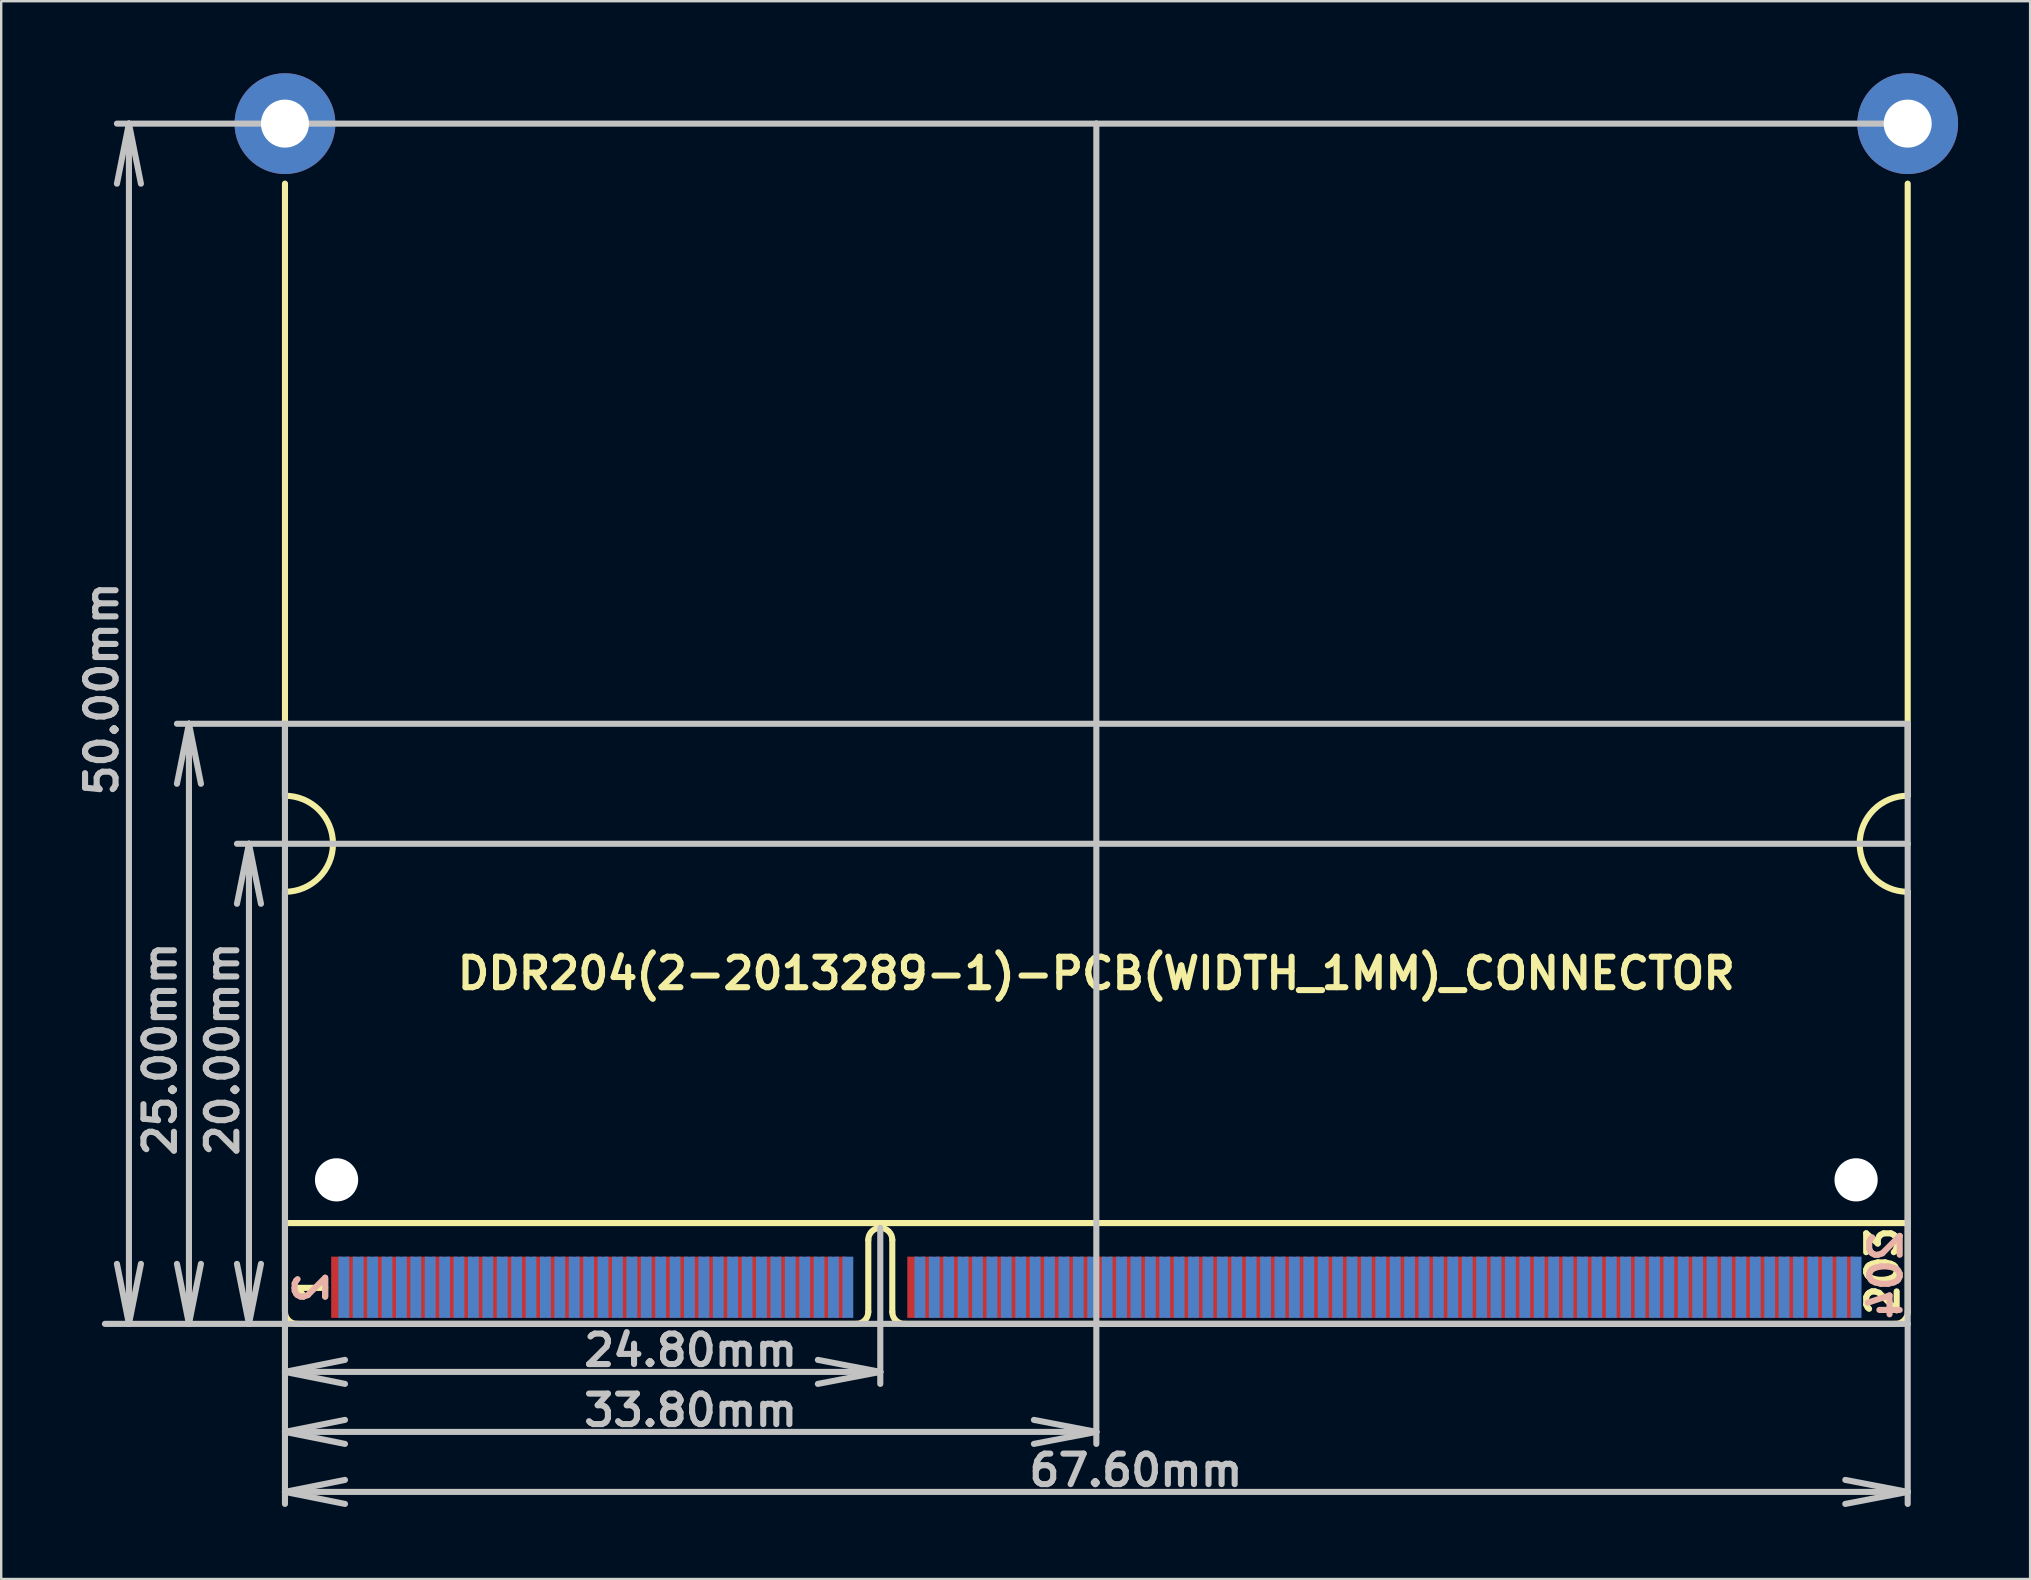
<source format=kicad_pcb>
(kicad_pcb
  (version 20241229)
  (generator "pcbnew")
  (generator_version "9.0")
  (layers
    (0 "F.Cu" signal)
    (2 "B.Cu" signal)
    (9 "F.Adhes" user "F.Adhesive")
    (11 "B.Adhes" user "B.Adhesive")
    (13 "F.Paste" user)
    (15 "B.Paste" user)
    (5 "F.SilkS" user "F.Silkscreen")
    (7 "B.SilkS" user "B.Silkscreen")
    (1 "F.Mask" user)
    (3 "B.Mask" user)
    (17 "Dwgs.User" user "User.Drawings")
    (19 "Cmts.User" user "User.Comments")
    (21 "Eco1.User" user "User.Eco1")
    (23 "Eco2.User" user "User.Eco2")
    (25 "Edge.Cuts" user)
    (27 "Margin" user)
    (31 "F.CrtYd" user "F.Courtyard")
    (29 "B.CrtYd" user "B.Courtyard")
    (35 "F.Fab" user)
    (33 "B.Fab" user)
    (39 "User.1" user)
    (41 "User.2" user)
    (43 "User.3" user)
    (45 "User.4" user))
  (footprint "DDR204(2-2013289-1)-PCB(WIDTH_1MM)_CONNECTOR"
    (layer "F.Cu")
    (at 42.621 52.1)
    (property "Reference" "DDR204(2-2013289-1)-PCB(WIDTH_1MM)_CONNECTOR" (at 0 -14.6 0) (layer "F.SilkS") (effects (font (size 1.27 1.27) (thickness 0.254))))
    (attr smd)
    (fp_line (start -33.8 -22) (end -33.8 -47.5) (stroke (width 0.254) (type solid)) (layer "F.SilkS"))
    (fp_line (start -33.8 -4.2) (end 33.8 -4.2) (stroke (width 0.254) (type solid)) (layer "F.SilkS"))
    (fp_line (start -33.8 -0.5) (end -33.8 -18) (stroke (width 0.254) (type solid)) (layer "F.SilkS"))
    (fp_line (start -10 0) (end -33.3 0) (stroke (width 0.254) (type solid)) (layer "F.SilkS"))
    (fp_line (start -9.5 -3.5) (end -9.5 -0.5) (stroke (width 0.254) (type solid)) (layer "F.SilkS"))
    (fp_line (start -8.5 -3.5) (end -8.5 -0.5) (stroke (width 0.254) (type solid)) (layer "F.SilkS"))
    (fp_line (start -8 0) (end 33.3 0) (stroke (width 0.254) (type solid)) (layer "F.SilkS"))
    (fp_line (start 33.8 -22) (end 33.8 -47.5) (stroke (width 0.254) (type solid)) (layer "F.SilkS"))
    (fp_line (start 33.8 -0.5) (end 33.8 -18) (stroke (width 0.254) (type solid)) (layer "F.SilkS"))
    (fp_arc (start -33.8 -22) (mid -32.385786 -21.414214) (end -31.8 -20) (stroke (width 0.254) (type solid)) (layer "F.SilkS"))
    (fp_arc (start -33.3 0) (mid -33.653553 -0.146447) (end -33.8 -0.5) (stroke (width 0.254) (type solid)) (layer "F.SilkS"))
    (fp_arc (start -31.8 -20) (mid -32.385786 -18.585786) (end -33.8 -18) (stroke (width 0.254) (type solid)) (layer "F.SilkS"))
    (fp_arc (start -9.5 -3.5) (mid -9.353553 -3.853553) (end -9 -4) (stroke (width 0.254) (type solid)) (layer "F.SilkS"))
    (fp_arc (start -9.5 -0.5) (mid -9.646447 -0.146447) (end -10 0) (stroke (width 0.254) (type solid)) (layer "F.SilkS"))
    (fp_arc (start -9 -4) (mid -8.646447 -3.853553) (end -8.5 -3.5) (stroke (width 0.254) (type solid)) (layer "F.SilkS"))
    (fp_arc (start -8 0) (mid -8.353553 -0.146447) (end -8.5 -0.5) (stroke (width 0.254) (type solid)) (layer "F.SilkS"))
    (fp_arc (start 31.8 -20) (mid 32.385786 -21.414214) (end 33.8 -22) (stroke (width 0.254) (type solid)) (layer "F.SilkS"))
    (fp_arc (start 33.8 -18) (mid 32.385786 -18.585786) (end 31.8 -20) (stroke (width 0.254) (type solid)) (layer "F.SilkS"))
    (fp_arc (start 33.8 -0.5) (mid 33.653553 -0.146447) (end 33.3 0) (stroke (width 0.254) (type solid)) (layer "F.SilkS"))
    (fp_line (start -41.3 0) (end -37.8 0) (stroke (width 0.254) (type solid)) (layer "Dwgs.User"))
    (fp_line (start -40.8 -50) (end -33.8 -50) (stroke (width 0.254) (type solid)) (layer "Dwgs.User"))
    (fp_line (start -40.3 -50) (end -40.8 -47.498) (stroke (width 0.254) (type solid)) (layer "Dwgs.User"))
    (fp_line (start -40.3 -50) (end -40.3 0) (stroke (width 0.254) (type solid)) (layer "Dwgs.User"))
    (fp_line (start -40.3 -50) (end -39.8 -47.498) (stroke (width 0.254) (type solid)) (layer "Dwgs.User"))
    (fp_line (start -40.3 0) (end -40.8 -2.5) (stroke (width 0.254) (type solid)) (layer "Dwgs.User"))
    (fp_line (start -40.3 0) (end -39.8 -2.5) (stroke (width 0.254) (type solid)) (layer "Dwgs.User"))
    (fp_line (start -38.3 -25) (end -37.8 -25) (stroke (width 0.254) (type solid)) (layer "Dwgs.User"))
    (fp_line (start -37.8 -25) (end -38.3 -22.499) (stroke (width 0.254) (type solid)) (layer "Dwgs.User"))
    (fp_line (start -37.8 -25) (end -37.8 0) (stroke (width 0.254) (type solid)) (layer "Dwgs.User"))
    (fp_line (start -37.8 -25) (end -37.3 -22.499) (stroke (width 0.254) (type solid)) (layer "Dwgs.User"))
    (fp_line (start -37.8 -25) (end -33.8 -25) (stroke (width 0.254) (type solid)) (layer "Dwgs.User"))
    (fp_line (start -37.8 0) (end -38.3 -2.5) (stroke (width 0.254) (type solid)) (layer "Dwgs.User"))
    (fp_line (start -37.8 0) (end -37.3 -2.5) (stroke (width 0.254) (type solid)) (layer "Dwgs.User"))
    (fp_line (start -37.8 0) (end -35.3 0) (stroke (width 0.254) (type solid)) (layer "Dwgs.User"))
    (fp_line (start -35.3 -20) (end -35.8 -17.5) (stroke (width 0.254) (type solid)) (layer "Dwgs.User"))
    (fp_line (start -35.3 -20) (end -35.3 0) (stroke (width 0.254) (type solid)) (layer "Dwgs.User"))
    (fp_line (start -35.3 -20) (end -34.8 -17.5) (stroke (width 0.254) (type solid)) (layer "Dwgs.User"))
    (fp_line (start -35.3 0) (end -35.8 -2.5) (stroke (width 0.254) (type solid)) (layer "Dwgs.User"))
    (fp_line (start -35.3 0) (end -34.8 -2.5) (stroke (width 0.254) (type solid)) (layer "Dwgs.User"))
    (fp_line (start -35.3 0) (end -33.8 0) (stroke (width 0.254) (type solid)) (layer "Dwgs.User"))
    (fp_line (start -33.8 -50) (end 0 -50) (stroke (width 0.254) (type solid)) (layer "Dwgs.User"))
    (fp_line (start -33.8 -25) (end 0 -25) (stroke (width 0.254) (type solid)) (layer "Dwgs.User"))
    (fp_line (start -33.8 -20) (end -35.8 -20) (stroke (width 0.254) (type solid)) (layer "Dwgs.User"))
    (fp_line (start -33.8 -20) (end -33.8 -25) (stroke (width 0.254) (type solid)) (layer "Dwgs.User"))
    (fp_line (start -33.8 -20) (end -33.8 0) (stroke (width 0.254) (type solid)) (layer "Dwgs.User"))
    (fp_line (start -33.8 0) (end -33.8 4.5) (stroke (width 0.254) (type solid)) (layer "Dwgs.User"))
    (fp_line (start -33.8 2) (end -31.3 1.5) (stroke (width 0.254) (type solid)) (layer "Dwgs.User"))
    (fp_line (start -33.8 2) (end -31.3 2.5) (stroke (width 0.254) (type solid)) (layer "Dwgs.User"))
    (fp_line (start -33.8 4.5) (end -33.8 7) (stroke (width 0.254) (type solid)) (layer "Dwgs.User"))
    (fp_line (start -33.8 4.5) (end -31.3 4) (stroke (width 0.254) (type solid)) (layer "Dwgs.User"))
    (fp_line (start -33.8 4.5) (end -31.3 5) (stroke (width 0.254) (type solid)) (layer "Dwgs.User"))
    (fp_line (start -33.8 7) (end -33.8 7.5) (stroke (width 0.254) (type solid)) (layer "Dwgs.User"))
    (fp_line (start -33.8 7) (end -31.3 6.5) (stroke (width 0.254) (type solid)) (layer "Dwgs.User"))
    (fp_line (start -33.8 7) (end -31.3 7.5) (stroke (width 0.254) (type solid)) (layer "Dwgs.User"))
    (fp_line (start -9 0) (end -33.8 0) (stroke (width 0.254) (type solid)) (layer "Dwgs.User"))
    (fp_line (start -9 0) (end -9 -4) (stroke (width 0.254) (type solid)) (layer "Dwgs.User"))
    (fp_line (start -9 0) (end -9 2) (stroke (width 0.254) (type solid)) (layer "Dwgs.User"))
    (fp_line (start -9 2) (end -33.8 2) (stroke (width 0.254) (type solid)) (layer "Dwgs.User"))
    (fp_line (start -9 2) (end -11.6 1.5) (stroke (width 0.254) (type solid)) (layer "Dwgs.User"))
    (fp_line (start -9 2) (end -11.6 2.5) (stroke (width 0.254) (type solid)) (layer "Dwgs.User"))
    (fp_line (start -9 2) (end -9 2.5) (stroke (width 0.254) (type solid)) (layer "Dwgs.User"))
    (fp_line (start 0 -50) (end 33.8 -50) (stroke (width 0.254) (type solid)) (layer "Dwgs.User"))
    (fp_line (start 0 -25) (end 0 -50) (stroke (width 0.254) (type solid)) (layer "Dwgs.User"))
    (fp_line (start 0 -25) (end 33.8 -25) (stroke (width 0.254) (type solid)) (layer "Dwgs.User"))
    (fp_line (start 0 -20) (end -33.8 -20) (stroke (width 0.254) (type solid)) (layer "Dwgs.User"))
    (fp_line (start 0 -20) (end 0 -25) (stroke (width 0.254) (type solid)) (layer "Dwgs.User"))
    (fp_line (start 0 -20) (end 0 0) (stroke (width 0.254) (type solid)) (layer "Dwgs.User"))
    (fp_line (start 0 0) (end -9 0) (stroke (width 0.254) (type solid)) (layer "Dwgs.User"))
    (fp_line (start 0 0) (end 0 4.5) (stroke (width 0.254) (type solid)) (layer "Dwgs.User"))
    (fp_line (start 0 4.5) (end -33.8 4.5) (stroke (width 0.254) (type solid)) (layer "Dwgs.User"))
    (fp_line (start 0 4.5) (end -2.6 4) (stroke (width 0.254) (type solid)) (layer "Dwgs.User"))
    (fp_line (start 0 4.5) (end -2.6 5) (stroke (width 0.254) (type solid)) (layer "Dwgs.User"))
    (fp_line (start 0 4.5) (end 0 5) (stroke (width 0.254) (type solid)) (layer "Dwgs.User"))
    (fp_line (start 33.8 -20) (end 0 -20) (stroke (width 0.254) (type solid)) (layer "Dwgs.User"))
    (fp_line (start 33.8 -20) (end 33.8 -25) (stroke (width 0.254) (type solid)) (layer "Dwgs.User"))
    (fp_line (start 33.8 -20) (end 33.8 0) (stroke (width 0.254) (type solid)) (layer "Dwgs.User"))
    (fp_line (start 33.8 0) (end 0 0) (stroke (width 0.254) (type solid)) (layer "Dwgs.User"))
    (fp_line (start 33.8 0) (end 33.8 7) (stroke (width 0.254) (type solid)) (layer "Dwgs.User"))
    (fp_line (start 33.8 7) (end -33.8 7) (stroke (width 0.254) (type solid)) (layer "Dwgs.User"))
    (fp_line (start 33.8 7) (end 31.2 6.5) (stroke (width 0.254) (type solid)) (layer "Dwgs.User"))
    (fp_line (start 33.8 7) (end 31.2 7.5) (stroke (width 0.254) (type solid)) (layer "Dwgs.User"))
    (fp_line (start 33.8 7) (end 33.8 7.5) (stroke (width 0.254) (type solid)) (layer "Dwgs.User"))
    (fp_line (start -33.8 -22) (end -33.8 -50) (stroke (width 0.001) (type solid)) (layer "Edge.Cuts"))
    (fp_line (start -33.8 -0.5) (end -33.8 -18) (stroke (width 0.001) (type solid)) (layer "Edge.Cuts"))
    (fp_line (start -10 0) (end -33.3 0) (stroke (width 0.001) (type solid)) (layer "Edge.Cuts"))
    (fp_line (start -9.5 -3.5) (end -9.5 -0.5) (stroke (width 0.001) (type solid)) (layer "Edge.Cuts"))
    (fp_line (start -8.5 -3.5) (end -8.5 -0.5) (stroke (width 0.001) (type solid)) (layer "Edge.Cuts"))
    (fp_line (start -8 0) (end 33.3 0) (stroke (width 0.001) (type solid)) (layer "Edge.Cuts"))
    (fp_line (start 33.8 -22) (end 33.8 -50) (stroke (width 0.001) (type solid)) (layer "Edge.Cuts"))
    (fp_line (start 33.8 -0.5) (end 33.8 -18) (stroke (width 0.001) (type solid)) (layer "Edge.Cuts"))
    (fp_arc (start -33.8 -22) (mid -32.385786 -21.414214) (end -31.8 -20) (stroke (width 0.001) (type solid)) (layer "Edge.Cuts"))
    (fp_arc (start -33.3 0) (mid -33.653553 -0.146447) (end -33.8 -0.5) (stroke (width 0.001) (type solid)) (layer "Edge.Cuts"))
    (fp_arc (start -31.8 -20) (mid -32.385786 -18.585786) (end -33.8 -18) (stroke (width 0.001) (type solid)) (layer "Edge.Cuts"))
    (fp_arc (start -9.5 -3.5) (mid -9.353553 -3.853553) (end -9 -4) (stroke (width 0.001) (type solid)) (layer "Edge.Cuts"))
    (fp_arc (start -9.5 -0.5) (mid -9.646447 -0.146447) (end -10 0) (stroke (width 0.001) (type solid)) (layer "Edge.Cuts"))
    (fp_arc (start -9 -4) (mid -8.646447 -3.853553) (end -8.5 -3.5) (stroke (width 0.001) (type solid)) (layer "Edge.Cuts"))
    (fp_arc (start -8 0) (mid -8.353553 -0.146447) (end -8.5 -0.5) (stroke (width 0.001) (type solid)) (layer "Edge.Cuts"))
    (fp_arc (start 31.8 -20) (mid 32.385786 -21.414214) (end 33.8 -22) (stroke (width 0.001) (type solid)) (layer "Edge.Cuts"))
    (fp_arc (start 33.8 -18) (mid 32.385786 -18.585786) (end 31.8 -20) (stroke (width 0.001) (type solid)) (layer "Edge.Cuts"))
    (fp_arc (start 33.8 -0.5) (mid 33.653553 -0.146447) (end 33.3 0) (stroke (width 0.001) (type solid)) (layer "Edge.Cuts"))
    (fp_line (start -33.8 -25) (end -30.8 -25) (stroke (width 0.254) (type solid)) (layer "Margin"))
    (fp_line (start -30.8 -25) (end -30.8 -4) (stroke (width 0.254) (type solid)) (layer "Margin"))
    (fp_line (start -30.8 -4) (end 30.8 -4) (stroke (width 0.254) (type solid)) (layer "Margin"))
    (fp_line (start 30.8 -25) (end 33.8 -25) (stroke (width 0.254) (type solid)) (layer "Margin"))
    (fp_line (start 30.8 -4) (end 30.8 -25) (stroke (width 0.254) (type solid)) (layer "Margin"))
    (fp_text user "203" (at 32.766 -2.2 90) (layer "F.SilkS") (effects (font (size 1.27 1.27) (thickness 0.254))))
    (fp_text user "1" (at -32.7 -1.5 90) (layer "F.SilkS") (effects (font (size 1.27 1.27) (thickness 0.254))))
    (fp_text user "204" (at 32.893 -2.032 270) (layer "B.SilkS") (effects (font (size 1.27 1.27) (thickness 0.254)) (justify mirror)))
    (fp_text user "2" (at -32.7 -1.5 270) (layer "B.SilkS") (effects (font (size 1.27 1.27) (thickness 0.254)) (justify mirror)))
    (fp_text user "67.60mm" (at 1.65 6.1 0) (layer "Dwgs.User") (effects (font (size 1.27 1.27) (thickness 0.254))))
    (fp_text user "50.00mm" (at -41.432 -26.45 90) (layer "Dwgs.User") (effects (font (size 1.27 1.27) (thickness 0.254))))
    (fp_text user "25.00mm" (at -39 -11.45 90) (layer "Dwgs.User") (effects (font (size 1.27 1.27) (thickness 0.254))))
    (fp_text user "20.00mm" (at -36.4 -11.45 90) (layer "Dwgs.User") (effects (font (size 1.27 1.27) (thickness 0.254))))
    (fp_text user "33.80mm" (at -16.9 3.6 0) (layer "Dwgs.User") (effects (font (size 1.27 1.27) (thickness 0.254))))
    (fp_text user "24.80mm" (at -16.9 1.1 0) (layer "Dwgs.User") (effects (font (size 1.27 1.27) (thickness 0.254))))
    (pad "" np_thru_hole circle (at -31.65 -6) (size 1.8 1.8) (drill 1.8) (layers "*.Cu" "*.Mask"))
    (pad "" np_thru_hole circle (at 31.65 -6) (size 1.8 1.8) (drill 1.8) (layers "*.Cu" "*.Mask"))
    (pad "1" smd rect (at -31.65 -1.525) (size 0.45 2.55) (layers "F.Cu" "F.Mask"))
    (pad "2" smd rect (at -31.35 -1.525) (size 0.45 2.55) (layers "B.Cu" "B.Mask"))
    (pad "3" smd rect (at -31.05 -1.525) (size 0.45 2.55) (layers "F.Cu" "F.Mask"))
    (pad "4" smd rect (at -30.75 -1.525) (size 0.45 2.55) (layers "B.Cu" "B.Mask"))
    (pad "5" smd rect (at -30.45 -1.525) (size 0.45 2.55) (layers "F.Cu" "F.Mask"))
    (pad "6" smd rect (at -30.15 -1.525) (size 0.45 2.55) (layers "B.Cu" "B.Mask"))
    (pad "7" smd rect (at -29.85 -1.525) (size 0.45 2.55) (layers "F.Cu" "F.Mask"))
    (pad "8" smd rect (at -29.55 -1.525) (size 0.45 2.55) (layers "B.Cu" "B.Mask"))
    (pad "9" smd rect (at -29.25 -1.525) (size 0.45 2.55) (layers "F.Cu" "F.Mask"))
    (pad "10" smd rect (at -28.95 -1.525) (size 0.45 2.55) (layers "B.Cu" "B.Mask"))
    (pad "11" smd rect (at -28.65 -1.525) (size 0.45 2.55) (layers "F.Cu" "F.Mask"))
    (pad "12" smd rect (at -28.35 -1.525) (size 0.45 2.55) (layers "B.Cu" "B.Mask"))
    (pad "13" smd rect (at -28.05 -1.525) (size 0.45 2.55) (layers "F.Cu" "F.Mask"))
    (pad "14" smd rect (at -27.75 -1.525) (size 0.45 2.55) (layers "B.Cu" "B.Mask"))
    (pad "15" smd rect (at -27.45 -1.525) (size 0.45 2.55) (layers "F.Cu" "F.Mask"))
    (pad "16" smd rect (at -27.15 -1.525) (size 0.45 2.55) (layers "B.Cu" "B.Mask"))
    (pad "17" smd rect (at -26.85 -1.525) (size 0.45 2.55) (layers "F.Cu" "F.Mask"))
    (pad "18" smd rect (at -26.55 -1.525) (size 0.45 2.55) (layers "B.Cu" "B.Mask"))
    (pad "19" smd rect (at -26.25 -1.525) (size 0.45 2.55) (layers "F.Cu" "F.Mask"))
    (pad "20" smd rect (at -25.95 -1.525) (size 0.45 2.55) (layers "B.Cu" "B.Mask"))
    (pad "21" smd rect (at -25.65 -1.525) (size 0.45 2.55) (layers "F.Cu" "F.Mask"))
    (pad "22" smd rect (at -25.35 -1.525) (size 0.45 2.55) (layers "B.Cu" "B.Mask"))
    (pad "23" smd rect (at -25.05 -1.525) (size 0.45 2.55) (layers "F.Cu" "F.Mask"))
    (pad "24" smd rect (at -24.75 -1.525) (size 0.45 2.55) (layers "B.Cu" "B.Mask"))
    (pad "25" smd rect (at -24.45 -1.525) (size 0.45 2.55) (layers "F.Cu" "F.Mask"))
    (pad "26" smd rect (at -24.15 -1.525) (size 0.45 2.55) (layers "B.Cu" "B.Mask"))
    (pad "27" smd rect (at -23.85 -1.525) (size 0.45 2.55) (layers "F.Cu" "F.Mask"))
    (pad "28" smd rect (at -23.55 -1.525) (size 0.45 2.55) (layers "B.Cu" "B.Mask"))
    (pad "29" smd rect (at -23.25 -1.525) (size 0.45 2.55) (layers "F.Cu" "F.Mask"))
    (pad "30" smd rect (at -22.95 -1.525) (size 0.45 2.55) (layers "B.Cu" "B.Mask"))
    (pad "31" smd rect (at -22.65 -1.525) (size 0.45 2.55) (layers "F.Cu" "F.Mask"))
    (pad "32" smd rect (at -22.35 -1.525) (size 0.45 2.55) (layers "B.Cu" "B.Mask"))
    (pad "33" smd rect (at -22.05 -1.525) (size 0.45 2.55) (layers "F.Cu" "F.Mask"))
    (pad "34" smd rect (at -21.75 -1.525) (size 0.45 2.55) (layers "B.Cu" "B.Mask"))
    (pad "35" smd rect (at -21.45 -1.525) (size 0.45 2.55) (layers "F.Cu" "F.Mask"))
    (pad "36" smd rect (at -21.15 -1.525) (size 0.45 2.55) (layers "B.Cu" "B.Mask"))
    (pad "37" smd rect (at -20.85 -1.525) (size 0.45 2.55) (layers "F.Cu" "F.Mask"))
    (pad "38" smd rect (at -20.55 -1.525) (size 0.45 2.55) (layers "B.Cu" "B.Mask"))
    (pad "39" smd rect (at -20.25 -1.525) (size 0.45 2.55) (layers "F.Cu" "F.Mask"))
    (pad "40" smd rect (at -19.95 -1.525) (size 0.45 2.55) (layers "B.Cu" "B.Mask"))
    (pad "41" smd rect (at -19.65 -1.525) (size 0.45 2.55) (layers "F.Cu" "F.Mask"))
    (pad "42" smd rect (at -19.35 -1.525) (size 0.45 2.55) (layers "B.Cu" "B.Mask"))
    (pad "43" smd rect (at -19.05 -1.525) (size 0.45 2.55) (layers "F.Cu" "F.Mask"))
    (pad "44" smd rect (at -18.75 -1.525) (size 0.45 2.55) (layers "B.Cu" "B.Mask"))
    (pad "45" smd rect (at -18.45 -1.525) (size 0.45 2.55) (layers "F.Cu" "F.Mask"))
    (pad "46" smd rect (at -18.15 -1.525) (size 0.45 2.55) (layers "B.Cu" "B.Mask"))
    (pad "47" smd rect (at -17.85 -1.525) (size 0.45 2.55) (layers "F.Cu" "F.Mask"))
    (pad "48" smd rect (at -17.55 -1.525) (size 0.45 2.55) (layers "B.Cu" "B.Mask"))
    (pad "49" smd rect (at -17.25 -1.525) (size 0.45 2.55) (layers "F.Cu" "F.Mask"))
    (pad "50" smd rect (at -16.95 -1.525) (size 0.45 2.55) (layers "B.Cu" "B.Mask"))
    (pad "51" smd rect (at -16.65 -1.525) (size 0.45 2.55) (layers "F.Cu" "F.Mask"))
    (pad "52" smd rect (at -16.35 -1.525) (size 0.45 2.55) (layers "B.Cu" "B.Mask"))
    (pad "53" smd rect (at -16.05 -1.525) (size 0.45 2.55) (layers "F.Cu" "F.Mask"))
    (pad "54" smd rect (at -15.75 -1.525) (size 0.45 2.55) (layers "B.Cu" "B.Mask"))
    (pad "55" smd rect (at -15.45 -1.525) (size 0.45 2.55) (layers "F.Cu" "F.Mask"))
    (pad "56" smd rect (at -15.15 -1.525) (size 0.45 2.55) (layers "B.Cu" "B.Mask"))
    (pad "57" smd rect (at -14.85 -1.525) (size 0.45 2.55) (layers "F.Cu" "F.Mask"))
    (pad "58" smd rect (at -14.55 -1.525) (size 0.45 2.55) (layers "B.Cu" "B.Mask"))
    (pad "59" smd rect (at -14.25 -1.525) (size 0.45 2.55) (layers "F.Cu" "F.Mask"))
    (pad "60" smd rect (at -13.95 -1.525) (size 0.45 2.55) (layers "B.Cu" "B.Mask"))
    (pad "61" smd rect (at -13.65 -1.525) (size 0.45 2.55) (layers "F.Cu" "F.Mask"))
    (pad "62" smd rect (at -13.35 -1.525) (size 0.45 2.55) (layers "B.Cu" "B.Mask"))
    (pad "63" smd rect (at -13.05 -1.525) (size 0.45 2.55) (layers "F.Cu" "F.Mask"))
    (pad "64" smd rect (at -12.75 -1.525) (size 0.45 2.55) (layers "B.Cu" "B.Mask"))
    (pad "65" smd rect (at -12.45 -1.525) (size 0.45 2.55) (layers "F.Cu" "F.Mask"))
    (pad "66" smd rect (at -12.15 -1.525) (size 0.45 2.55) (layers "B.Cu" "B.Mask"))
    (pad "67" smd rect (at -11.85 -1.525) (size 0.45 2.55) (layers "F.Cu" "F.Mask"))
    (pad "68" smd rect (at -11.55 -1.525) (size 0.45 2.55) (layers "B.Cu" "B.Mask"))
    (pad "69" smd rect (at -11.25 -1.525) (size 0.45 2.55) (layers "F.Cu" "F.Mask"))
    (pad "70" smd rect (at -10.95 -1.525) (size 0.45 2.55) (layers "B.Cu" "B.Mask"))
    (pad "71" smd rect (at -10.65 -1.525) (size 0.45 2.55) (layers "F.Cu" "F.Mask"))
    (pad "72" smd rect (at -10.35 -1.525) (size 0.45 2.55) (layers "B.Cu" "B.Mask"))
    (pad "73" smd rect (at -7.65 -1.525) (size 0.45 2.55) (layers "F.Cu" "F.Mask"))
    (pad "74" smd rect (at -7.35 -1.525) (size 0.45 2.55) (layers "B.Cu" "B.Mask"))
    (pad "75" smd rect (at -7.05 -1.525) (size 0.45 2.55) (layers "F.Cu" "F.Mask"))
    (pad "76" smd rect (at -6.75 -1.525) (size 0.45 2.55) (layers "B.Cu" "B.Mask"))
    (pad "77" smd rect (at -6.45 -1.525) (size 0.45 2.55) (layers "F.Cu" "F.Mask"))
    (pad "78" smd rect (at -6.15 -1.525) (size 0.45 2.55) (layers "B.Cu" "B.Mask"))
    (pad "79" smd rect (at -5.85 -1.525) (size 0.45 2.55) (layers "F.Cu" "F.Mask"))
    (pad "80" smd rect (at -5.55 -1.525) (size 0.45 2.55) (layers "B.Cu" "B.Mask"))
    (pad "81" smd rect (at -5.25 -1.525) (size 0.45 2.55) (layers "F.Cu" "F.Mask"))
    (pad "82" smd rect (at -4.95 -1.525) (size 0.45 2.55) (layers "B.Cu" "B.Mask"))
    (pad "83" smd rect (at -4.65 -1.525) (size 0.45 2.55) (layers "F.Cu" "F.Mask"))
    (pad "84" smd rect (at -4.35 -1.525) (size 0.45 2.55) (layers "B.Cu" "B.Mask"))
    (pad "85" smd rect (at -4.05 -1.525) (size 0.45 2.55) (layers "F.Cu" "F.Mask"))
    (pad "86" smd rect (at -3.75 -1.525) (size 0.45 2.55) (layers "B.Cu" "B.Mask"))
    (pad "87" smd rect (at -3.45 -1.525) (size 0.45 2.55) (layers "F.Cu" "F.Mask"))
    (pad "88" smd rect (at -3.15 -1.525) (size 0.45 2.55) (layers "B.Cu" "B.Mask"))
    (pad "89" smd rect (at -2.85 -1.525) (size 0.45 2.55) (layers "F.Cu" "F.Mask"))
    (pad "90" smd rect (at -2.55 -1.525) (size 0.45 2.55) (layers "B.Cu" "B.Mask"))
    (pad "91" smd rect (at -2.25 -1.525) (size 0.45 2.55) (layers "F.Cu" "F.Mask"))
    (pad "92" smd rect (at -1.95 -1.525) (size 0.45 2.55) (layers "B.Cu" "B.Mask"))
    (pad "93" smd rect (at -1.65 -1.525) (size 0.45 2.55) (layers "F.Cu" "F.Mask"))
    (pad "94" smd rect (at -1.35 -1.525) (size 0.45 2.55) (layers "B.Cu" "B.Mask"))
    (pad "95" smd rect (at -1.05 -1.525) (size 0.45 2.55) (layers "F.Cu" "F.Mask"))
    (pad "96" smd rect (at -0.75 -1.525) (size 0.45 2.55) (layers "B.Cu" "B.Mask"))
    (pad "97" smd rect (at -0.45 -1.525) (size 0.45 2.55) (layers "F.Cu" "F.Mask"))
    (pad "98" smd rect (at -0.15 -1.525) (size 0.45 2.55) (layers "B.Cu" "B.Mask"))
    (pad "99" smd rect (at 0.15 -1.525) (size 0.45 2.55) (layers "F.Cu" "F.Mask"))
    (pad "100" smd rect (at 0.45 -1.525) (size 0.45 2.55) (layers "B.Cu" "B.Mask"))
    (pad "101" smd rect (at 0.75 -1.525) (size 0.45 2.55) (layers "F.Cu" "F.Mask"))
    (pad "102" smd rect (at 1.05 -1.525) (size 0.45 2.55) (layers "B.Cu" "B.Mask"))
    (pad "103" smd rect (at 1.35 -1.525) (size 0.45 2.55) (layers "F.Cu" "F.Mask"))
    (pad "104" smd rect (at 1.65 -1.525) (size 0.45 2.55) (layers "B.Cu" "B.Mask"))
    (pad "105" smd rect (at 1.95 -1.525) (size 0.45 2.55) (layers "F.Cu" "F.Mask"))
    (pad "106" smd rect (at 2.25 -1.525) (size 0.45 2.55) (layers "B.Cu" "B.Mask"))
    (pad "107" smd rect (at 2.55 -1.525) (size 0.45 2.55) (layers "F.Cu" "F.Mask"))
    (pad "108" smd rect (at 2.85 -1.525) (size 0.45 2.55) (layers "B.Cu" "B.Mask"))
    (pad "109" smd rect (at 3.15 -1.525) (size 0.45 2.55) (layers "F.Cu" "F.Mask"))
    (pad "110" smd rect (at 3.45 -1.525) (size 0.45 2.55) (layers "B.Cu" "B.Mask"))
    (pad "111" smd rect (at 3.75 -1.525) (size 0.45 2.55) (layers "F.Cu" "F.Mask"))
    (pad "112" smd rect (at 4.05 -1.525) (size 0.45 2.55) (layers "B.Cu" "B.Mask"))
    (pad "113" smd rect (at 4.35 -1.525) (size 0.45 2.55) (layers "F.Cu" "F.Mask"))
    (pad "114" smd rect (at 4.65 -1.525) (size 0.45 2.55) (layers "B.Cu" "B.Mask"))
    (pad "115" smd rect (at 4.95 -1.525) (size 0.45 2.55) (layers "F.Cu" "F.Mask"))
    (pad "116" smd rect (at 5.25 -1.525) (size 0.45 2.55) (layers "B.Cu" "B.Mask"))
    (pad "117" smd rect (at 5.55 -1.525) (size 0.45 2.55) (layers "F.Cu" "F.Mask"))
    (pad "118" smd rect (at 5.85 -1.525) (size 0.45 2.55) (layers "B.Cu" "B.Mask"))
    (pad "119" smd rect (at 6.15 -1.525) (size 0.45 2.55) (layers "F.Cu" "F.Mask"))
    (pad "120" smd rect (at 6.45 -1.525) (size 0.45 2.55) (layers "B.Cu" "B.Mask"))
    (pad "121" smd rect (at 6.75 -1.525) (size 0.45 2.55) (layers "F.Cu" "F.Mask"))
    (pad "122" smd rect (at 7.05 -1.525) (size 0.45 2.55) (layers "B.Cu" "B.Mask"))
    (pad "123" smd rect (at 7.35 -1.525) (size 0.45 2.55) (layers "F.Cu" "F.Mask"))
    (pad "124" smd rect (at 7.65 -1.525) (size 0.45 2.55) (layers "B.Cu" "B.Mask"))
    (pad "125" smd rect (at 7.95 -1.525) (size 0.45 2.55) (layers "F.Cu" "F.Mask"))
    (pad "126" smd rect (at 8.25 -1.525) (size 0.45 2.55) (layers "B.Cu" "B.Mask"))
    (pad "127" smd rect (at 8.55 -1.525) (size 0.45 2.55) (layers "F.Cu" "F.Mask"))
    (pad "128" smd rect (at 8.85 -1.525) (size 0.45 2.55) (layers "B.Cu" "B.Mask"))
    (pad "129" smd rect (at 9.15 -1.525) (size 0.45 2.55) (layers "F.Cu" "F.Mask"))
    (pad "130" smd rect (at 9.45 -1.525) (size 0.45 2.55) (layers "B.Cu" "B.Mask"))
    (pad "131" smd rect (at 9.75 -1.525) (size 0.45 2.55) (layers "F.Cu" "F.Mask"))
    (pad "132" smd rect (at 10.05 -1.525) (size 0.45 2.55) (layers "B.Cu" "B.Mask"))
    (pad "133" smd rect (at 10.35 -1.525) (size 0.45 2.55) (layers "F.Cu" "F.Mask"))
    (pad "134" smd rect (at 10.65 -1.525) (size 0.45 2.55) (layers "B.Cu" "B.Mask"))
    (pad "135" smd rect (at 10.95 -1.525) (size 0.45 2.55) (layers "F.Cu" "F.Mask"))
    (pad "136" smd rect (at 11.25 -1.525) (size 0.45 2.55) (layers "B.Cu" "B.Mask"))
    (pad "137" smd rect (at 11.55 -1.525) (size 0.45 2.55) (layers "F.Cu" "F.Mask"))
    (pad "138" smd rect (at 11.85 -1.525) (size 0.45 2.55) (layers "B.Cu" "B.Mask"))
    (pad "139" smd rect (at 12.15 -1.525) (size 0.45 2.55) (layers "F.Cu" "F.Mask"))
    (pad "140" smd rect (at 12.45 -1.525) (size 0.45 2.55) (layers "B.Cu" "B.Mask"))
    (pad "141" smd rect (at 12.75 -1.525) (size 0.45 2.55) (layers "F.Cu" "F.Mask"))
    (pad "142" smd rect (at 13.05 -1.525) (size 0.45 2.55) (layers "B.Cu" "B.Mask"))
    (pad "143" smd rect (at 13.35 -1.525) (size 0.45 2.55) (layers "F.Cu" "F.Mask"))
    (pad "144" smd rect (at 13.65 -1.525) (size 0.45 2.55) (layers "B.Cu" "B.Mask"))
    (pad "145" smd rect (at 13.95 -1.525) (size 0.45 2.55) (layers "F.Cu" "F.Mask"))
    (pad "146" smd rect (at 14.25 -1.525) (size 0.45 2.55) (layers "B.Cu" "B.Mask"))
    (pad "147" smd rect (at 14.55 -1.525) (size 0.45 2.55) (layers "F.Cu" "F.Mask"))
    (pad "148" smd rect (at 14.85 -1.525) (size 0.45 2.55) (layers "B.Cu" "B.Mask"))
    (pad "149" smd rect (at 15.15 -1.525) (size 0.45 2.55) (layers "F.Cu" "F.Mask"))
    (pad "150" smd rect (at 15.45 -1.525) (size 0.45 2.55) (layers "B.Cu" "B.Mask"))
    (pad "151" smd rect (at 15.75 -1.525) (size 0.45 2.55) (layers "F.Cu" "F.Mask"))
    (pad "152" smd rect (at 16.05 -1.525) (size 0.45 2.55) (layers "B.Cu" "B.Mask"))
    (pad "153" smd rect (at 16.35 -1.525) (size 0.45 2.55) (layers "F.Cu" "F.Mask"))
    (pad "154" smd rect (at 16.65 -1.525) (size 0.45 2.55) (layers "B.Cu" "B.Mask"))
    (pad "155" smd rect (at 16.95 -1.525) (size 0.45 2.55) (layers "F.Cu" "F.Mask"))
    (pad "156" smd rect (at 17.25 -1.525) (size 0.45 2.55) (layers "B.Cu" "B.Mask"))
    (pad "157" smd rect (at 17.55 -1.525) (size 0.45 2.55) (layers "F.Cu" "F.Mask"))
    (pad "158" smd rect (at 17.85 -1.525) (size 0.45 2.55) (layers "B.Cu" "B.Mask"))
    (pad "159" smd rect (at 18.15 -1.525) (size 0.45 2.55) (layers "F.Cu" "F.Mask"))
    (pad "160" smd rect (at 18.45 -1.525) (size 0.45 2.55) (layers "B.Cu" "B.Mask"))
    (pad "161" smd rect (at 18.75 -1.525) (size 0.45 2.55) (layers "F.Cu" "F.Mask"))
    (pad "162" smd rect (at 19.05 -1.525) (size 0.45 2.55) (layers "B.Cu" "B.Mask"))
    (pad "163" smd rect (at 19.35 -1.525) (size 0.45 2.55) (layers "F.Cu" "F.Mask"))
    (pad "164" smd rect (at 19.65 -1.525) (size 0.45 2.55) (layers "B.Cu" "B.Mask"))
    (pad "165" smd rect (at 19.95 -1.525) (size 0.45 2.55) (layers "F.Cu" "F.Mask"))
    (pad "166" smd rect (at 20.25 -1.525) (size 0.45 2.55) (layers "B.Cu" "B.Mask"))
    (pad "167" smd rect (at 20.55 -1.525) (size 0.45 2.55) (layers "F.Cu" "F.Mask"))
    (pad "168" smd rect (at 20.85 -1.525) (size 0.45 2.55) (layers "B.Cu" "B.Mask"))
    (pad "169" smd rect (at 21.15 -1.525) (size 0.45 2.55) (layers "F.Cu" "F.Mask"))
    (pad "170" smd rect (at 21.45 -1.525) (size 0.45 2.55) (layers "B.Cu" "B.Mask"))
    (pad "171" smd rect (at 21.75 -1.525) (size 0.45 2.55) (layers "F.Cu" "F.Mask"))
    (pad "172" smd rect (at 22.05 -1.525) (size 0.45 2.55) (layers "B.Cu" "B.Mask"))
    (pad "173" smd rect (at 22.35 -1.525) (size 0.45 2.55) (layers "F.Cu" "F.Mask"))
    (pad "174" smd rect (at 22.65 -1.525) (size 0.45 2.55) (layers "B.Cu" "B.Mask"))
    (pad "175" smd rect (at 22.95 -1.525) (size 0.45 2.55) (layers "F.Cu" "F.Mask"))
    (pad "176" smd rect (at 23.25 -1.525) (size 0.45 2.55) (layers "B.Cu" "B.Mask"))
    (pad "177" smd rect (at 23.55 -1.525) (size 0.45 2.55) (layers "F.Cu" "F.Mask"))
    (pad "178" smd rect (at 23.85 -1.525) (size 0.45 2.55) (layers "B.Cu" "B.Mask"))
    (pad "179" smd rect (at 24.15 -1.525) (size 0.45 2.55) (layers "F.Cu" "F.Mask"))
    (pad "180" smd rect (at 24.45 -1.525) (size 0.45 2.55) (layers "B.Cu" "B.Mask"))
    (pad "181" smd rect (at 24.75 -1.525) (size 0.45 2.55) (layers "F.Cu" "F.Mask"))
    (pad "182" smd rect (at 25.05 -1.525) (size 0.45 2.55) (layers "B.Cu" "B.Mask"))
    (pad "183" smd rect (at 25.35 -1.525) (size 0.45 2.55) (layers "F.Cu" "F.Mask"))
    (pad "184" smd rect (at 25.65 -1.525) (size 0.45 2.55) (layers "B.Cu" "B.Mask"))
    (pad "185" smd rect (at 25.95 -1.525) (size 0.45 2.55) (layers "F.Cu" "F.Mask"))
    (pad "186" smd rect (at 26.25 -1.525) (size 0.45 2.55) (layers "B.Cu" "B.Mask"))
    (pad "187" smd rect (at 26.55 -1.525) (size 0.45 2.55) (layers "F.Cu" "F.Mask"))
    (pad "188" smd rect (at 26.85 -1.525) (size 0.45 2.55) (layers "B.Cu" "B.Mask"))
    (pad "189" smd rect (at 27.15 -1.525) (size 0.45 2.55) (layers "F.Cu" "F.Mask"))
    (pad "190" smd rect (at 27.45 -1.525) (size 0.45 2.55) (layers "B.Cu" "B.Mask"))
    (pad "191" smd rect (at 27.75 -1.525) (size 0.45 2.55) (layers "F.Cu" "F.Mask"))
    (pad "192" smd rect (at 28.05 -1.525) (size 0.45 2.55) (layers "B.Cu" "B.Mask"))
    (pad "193" smd rect (at 28.35 -1.525) (size 0.45 2.55) (layers "F.Cu" "F.Mask"))
    (pad "194" smd rect (at 28.65 -1.525) (size 0.45 2.55) (layers "B.Cu" "B.Mask"))
    (pad "195" smd rect (at 28.95 -1.525) (size 0.45 2.55) (layers "F.Cu" "F.Mask"))
    (pad "196" smd rect (at 29.25 -1.525) (size 0.45 2.55) (layers "B.Cu" "B.Mask"))
    (pad "197" smd rect (at 29.55 -1.525) (size 0.45 2.55) (layers "F.Cu" "F.Mask"))
    (pad "198" smd rect (at 29.85 -1.525) (size 0.45 2.55) (layers "B.Cu" "B.Mask"))
    (pad "199" smd rect (at 30.15 -1.525) (size 0.45 2.55) (layers "F.Cu" "F.Mask"))
    (pad "200" smd rect (at 30.45 -1.525) (size 0.45 2.55) (layers "B.Cu" "B.Mask"))
    (pad "201" smd rect (at 30.75 -1.525) (size 0.45 2.55) (layers "F.Cu" "F.Mask"))
    (pad "202" smd rect (at 31.05 -1.525) (size 0.45 2.55) (layers "B.Cu" "B.Mask"))
    (pad "203" smd rect (at 31.35 -1.525) (size 0.45 2.55) (layers "F.Cu" "F.Mask"))
    (pad "204" smd rect (at 31.65 -1.525) (size 0.45 2.55) (layers "B.Cu" "B.Mask"))
    (pad "205" thru_hole circle (at -33.8 -50) (size 4.2 4.2) (drill 2) (layers "*.Cu" "*.Mask"))
    (pad "206" thru_hole circle (at 33.8 -50) (size 4.2 4.2) (drill 2) (layers "*.Cu" "*.Mask"))
    (pad "207" smd circle (at -32.25 -49.25 90) (size 0.5 0.5) (layers "F.Cu" "F.Mask"))
    (pad "208" smd circle (at 32.5 -49 90) (size 0.5 0.5) (layers "F.Cu" "F.Mask")))
  (gr_rect
    (start -3 -3)
    (end 81.521 62.727)
    (stroke (width 0.1) (type default))
    (fill no)
    (layer "Edge.Cuts")))
</source>
